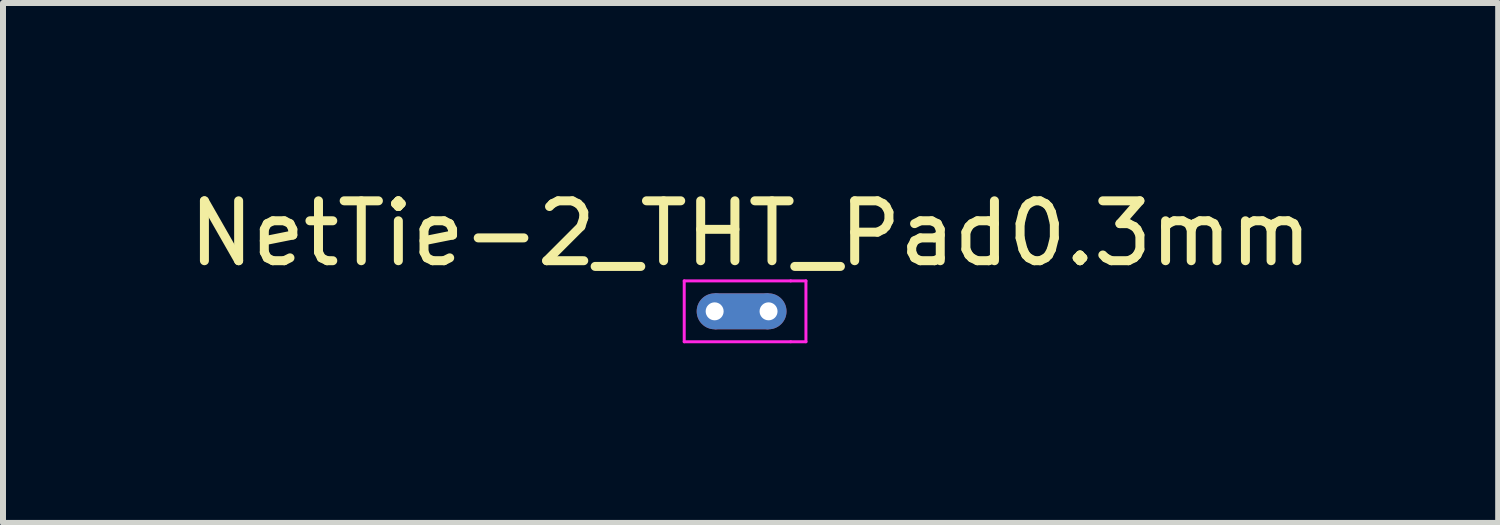
<source format=kicad_pcb>
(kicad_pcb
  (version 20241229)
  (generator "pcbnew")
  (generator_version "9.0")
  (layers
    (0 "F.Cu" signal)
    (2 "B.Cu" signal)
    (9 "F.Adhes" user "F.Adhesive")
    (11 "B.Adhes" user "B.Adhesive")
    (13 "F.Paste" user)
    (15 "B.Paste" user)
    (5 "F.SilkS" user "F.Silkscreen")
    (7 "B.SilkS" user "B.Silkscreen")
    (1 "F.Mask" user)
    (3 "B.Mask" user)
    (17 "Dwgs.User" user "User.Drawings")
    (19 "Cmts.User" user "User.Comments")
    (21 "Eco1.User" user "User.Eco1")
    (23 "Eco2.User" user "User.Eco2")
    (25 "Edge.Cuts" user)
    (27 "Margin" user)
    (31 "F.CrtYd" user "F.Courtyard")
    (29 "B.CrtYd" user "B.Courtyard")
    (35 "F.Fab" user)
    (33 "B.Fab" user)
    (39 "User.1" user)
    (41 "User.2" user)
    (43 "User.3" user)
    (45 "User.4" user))
  (footprint "NetTie-2_THT_Pad0.3mm"
    (layer "F.Cu")
    (at 8.882 2.148)
    (property "Reference" "NetTie-2_THT_Pad0.3mm" (at 0.6 -1.3 0) (layer "F.SilkS") (effects (font (size 1 1) (thickness 0.15))))
    (attr exclude_from_pos_files exclude_from_bom)
    (fp_poly (pts (xy 0 -0.3) (xy 0.9 -0.3) (xy 0.9 0.3) (xy 0 0.3)) (stroke (width 0) (type solid)) (fill yes) (layer "F.Cu"))
    (fp_poly (pts (xy 0 -0.3) (xy 0.9 -0.3) (xy 0.9 0.3) (xy 0 0.3)) (stroke (width 0) (type solid)) (fill yes) (layer "B.Cu"))
    (fp_line (start -0.508 -0.508) (end -0.508 0.508) (stroke (width 0.05) (type solid)) (layer "F.CrtYd"))
    (fp_line (start -0.508 0.508) (end 1.27 0.508) (stroke (width 0.05) (type solid)) (layer "F.CrtYd"))
    (fp_line (start 1.27 -0.508) (end -0.508 -0.508) (stroke (width 0.05) (type solid)) (layer "F.CrtYd"))
    (fp_line (start 1.27 0.508) (end 1.524 0.508) (stroke (width 0.05) (type solid)) (layer "F.CrtYd"))
    (fp_line (start 1.524 -0.508) (end 1.27 -0.508) (stroke (width 0.05) (type solid)) (layer "F.CrtYd"))
    (fp_line (start 1.524 0.508) (end 1.524 -0.508) (stroke (width 0.05) (type solid)) (layer "F.CrtYd"))
    (pad "1" thru_hole circle (at 0 0) (size 0.6 0.6) (drill 0.3) (layers "*.Cu"))
    (pad "2" thru_hole circle (at 0.9 0) (size 0.6 0.6) (drill 0.3) (layers "*.Cu")))
  (gr_rect
    (start -3 -3)
    (end 21.964 5.681)
    (stroke (width 0.1) (type default))
    (fill no)
    (layer "Edge.Cuts")))
</source>
